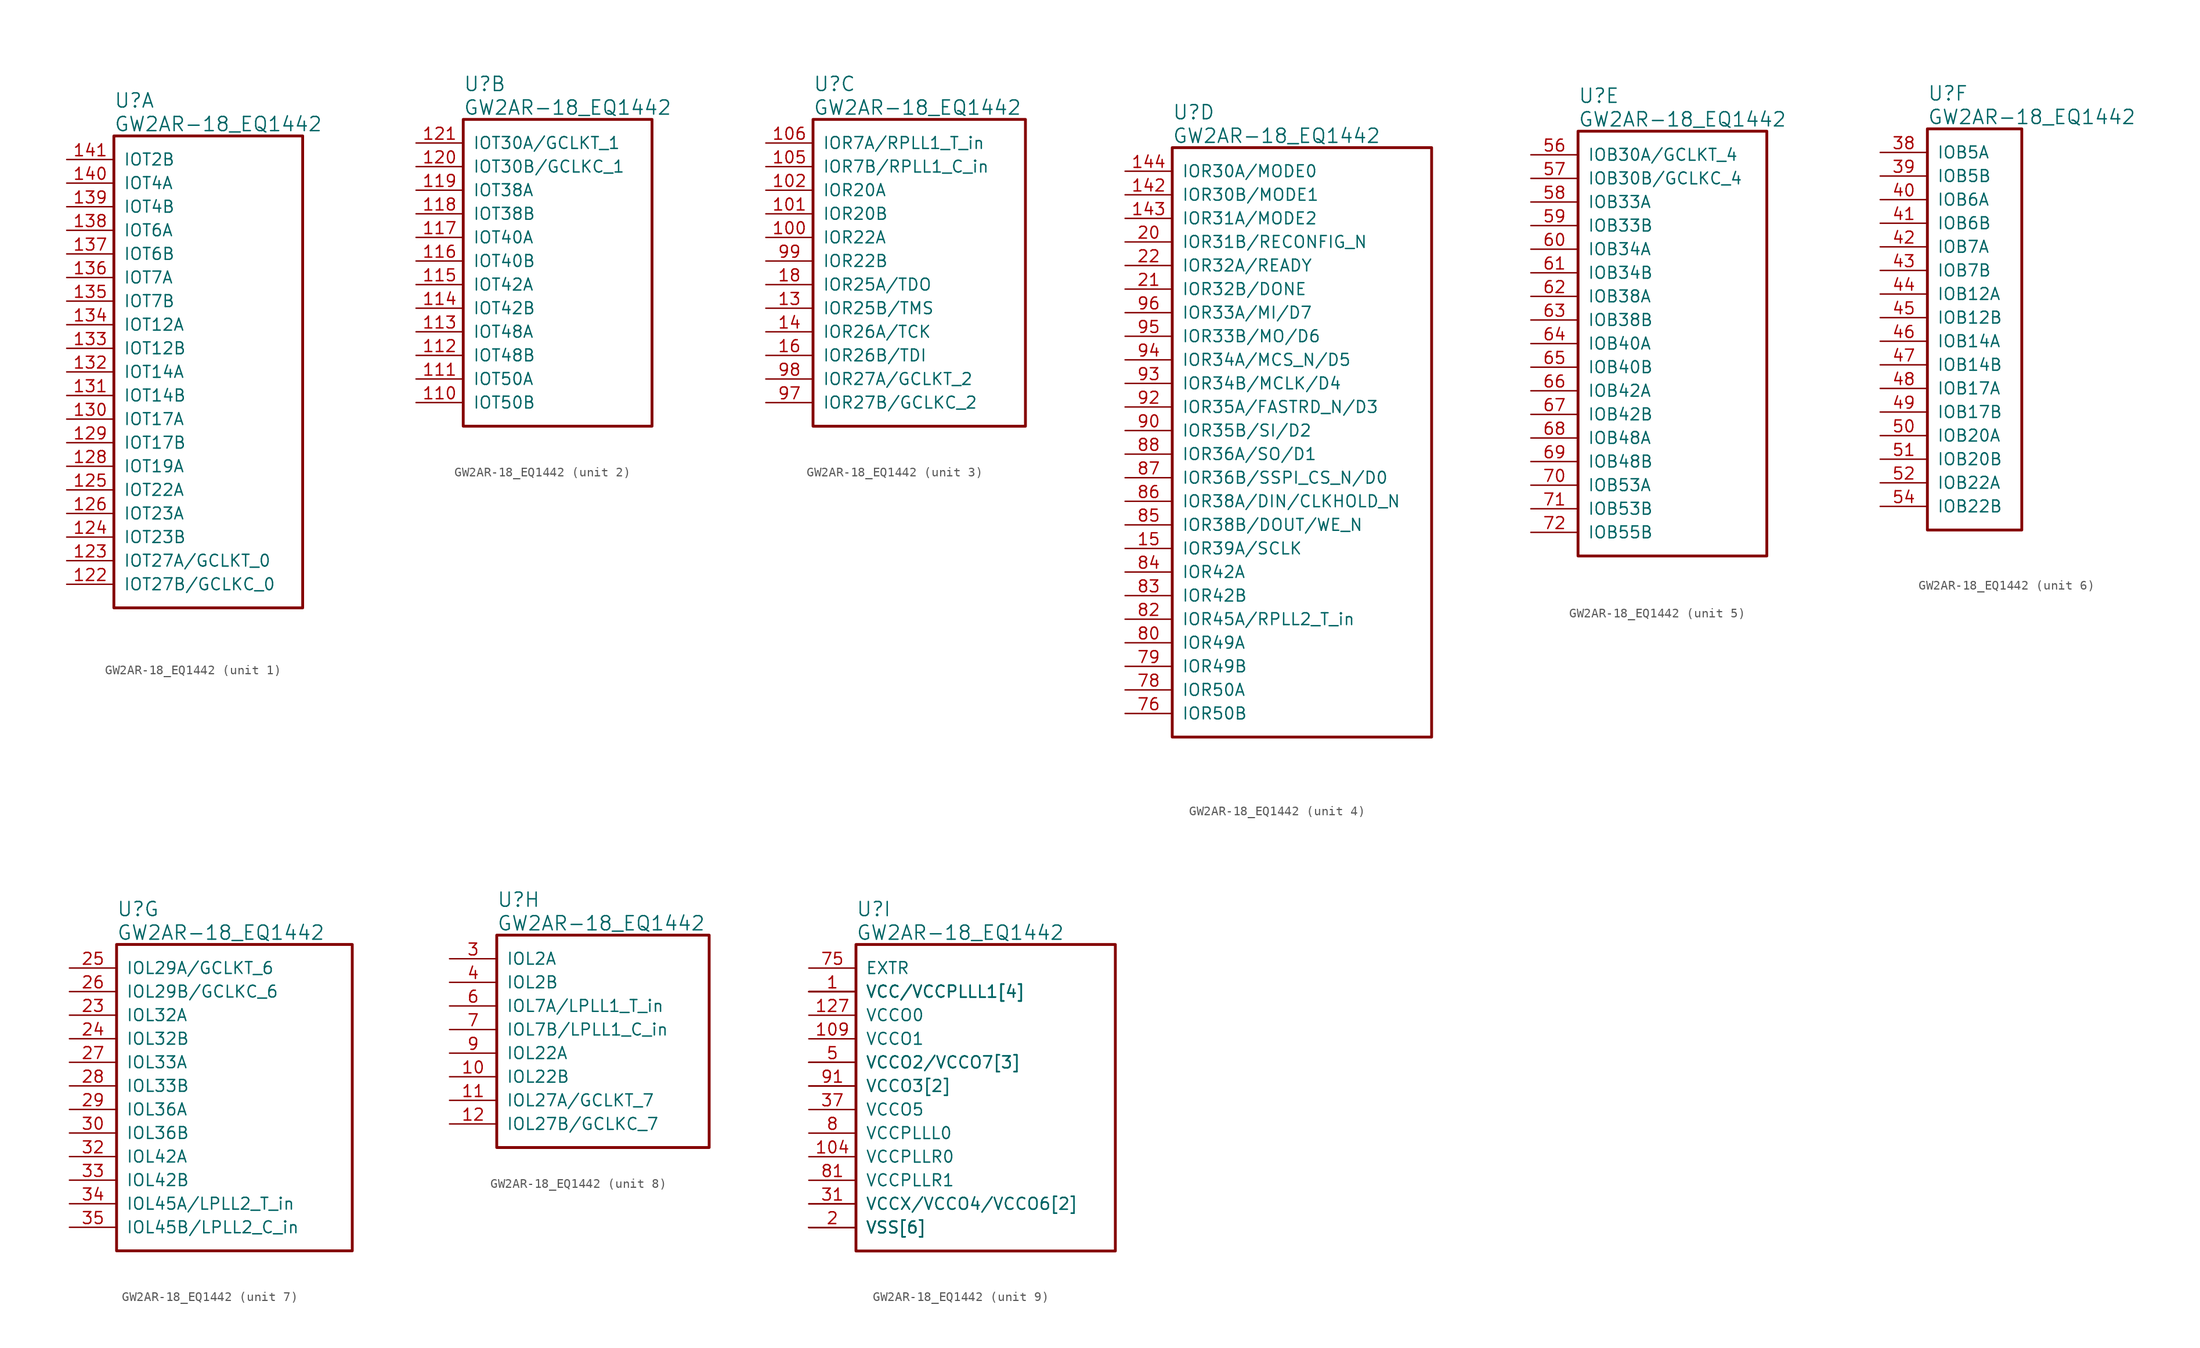
<source format=kicad_sym>
(kicad_symbol_lib
  (version 20211014)
  (generator kicad_symbol_editor)
  (symbol "GW2AR-18_EQ1442"
    (pin_names
      (offset 1.016))
    (property "Reference" "U"
      (at 5.08 6.35 0)
      (effects (font (size 1.524 1.524)) (justify left)))
    (property "Value" "GW2AR-18_EQ1442"
      (at 5.08 3.81 0)
      (effects (font (size 1.524 1.524)) (justify left)))
    (property "ki_locked" ""
      (at 0 0 0)
      (effects (font (size 1.27 1.27))))
    (symbol "GW2AR-18_EQ1442_1_1"
      (rectangle (start 5.08 2.54) (end 25.4 -48.26) (stroke (width 0.305) (type default) (color 0 0 0 0)) (fill (type none)))
      (pin bidirectional line (at 0 -45.72 0) (length 5.08) (name "IOT27B/GCLKC_0" (effects (font (size 1.27 1.27)))) (number "122" (effects (font (size 1.27 1.27)))))
      (pin bidirectional line (at 0 -43.18 0) (length 5.08) (name "IOT27A/GCLKT_0" (effects (font (size 1.27 1.27)))) (number "123" (effects (font (size 1.27 1.27)))))
      (pin bidirectional line (at 0 -40.64 0) (length 5.08) (name "IOT23B" (effects (font (size 1.27 1.27)))) (number "124" (effects (font (size 1.27 1.27)))))
      (pin bidirectional line (at 0 -35.56 0) (length 5.08) (name "IOT22A" (effects (font (size 1.27 1.27)))) (number "125" (effects (font (size 1.27 1.27)))))
      (pin bidirectional line (at 0 -38.1 0) (length 5.08) (name "IOT23A" (effects (font (size 1.27 1.27)))) (number "126" (effects (font (size 1.27 1.27)))))
      (pin bidirectional line (at 0 -33.02 0) (length 5.08) (name "IOT19A" (effects (font (size 1.27 1.27)))) (number "128" (effects (font (size 1.27 1.27)))))
      (pin bidirectional line (at 0 -30.48 0) (length 5.08) (name "IOT17B" (effects (font (size 1.27 1.27)))) (number "129" (effects (font (size 1.27 1.27)))))
      (pin bidirectional line (at 0 -27.94 0) (length 5.08) (name "IOT17A" (effects (font (size 1.27 1.27)))) (number "130" (effects (font (size 1.27 1.27)))))
      (pin bidirectional line (at 0 -25.4 0) (length 5.08) (name "IOT14B" (effects (font (size 1.27 1.27)))) (number "131" (effects (font (size 1.27 1.27)))))
      (pin bidirectional line (at 0 -22.86 0) (length 5.08) (name "IOT14A" (effects (font (size 1.27 1.27)))) (number "132" (effects (font (size 1.27 1.27)))))
      (pin bidirectional line (at 0 -20.32 0) (length 5.08) (name "IOT12B" (effects (font (size 1.27 1.27)))) (number "133" (effects (font (size 1.27 1.27)))))
      (pin bidirectional line (at 0 -17.78 0) (length 5.08) (name "IOT12A" (effects (font (size 1.27 1.27)))) (number "134" (effects (font (size 1.27 1.27)))))
      (pin bidirectional line (at 0 -15.24 0) (length 5.08) (name "IOT7B" (effects (font (size 1.27 1.27)))) (number "135" (effects (font (size 1.27 1.27)))))
      (pin bidirectional line (at 0 -12.7 0) (length 5.08) (name "IOT7A" (effects (font (size 1.27 1.27)))) (number "136" (effects (font (size 1.27 1.27)))))
      (pin bidirectional line (at 0 -10.16 0) (length 5.08) (name "IOT6B" (effects (font (size 1.27 1.27)))) (number "137" (effects (font (size 1.27 1.27)))))
      (pin bidirectional line (at 0 -7.62 0) (length 5.08) (name "IOT6A" (effects (font (size 1.27 1.27)))) (number "138" (effects (font (size 1.27 1.27)))))
      (pin bidirectional line (at 0 -5.08 0) (length 5.08) (name "IOT4B" (effects (font (size 1.27 1.27)))) (number "139" (effects (font (size 1.27 1.27)))))
      (pin bidirectional line (at 0 -2.54 0) (length 5.08) (name "IOT4A" (effects (font (size 1.27 1.27)))) (number "140" (effects (font (size 1.27 1.27)))))
      (pin bidirectional line (at 0 0 0) (length 5.08) (name "IOT2B" (effects (font (size 1.27 1.27)))) (number "141" (effects (font (size 1.27 1.27))))))
    (symbol "GW2AR-18_EQ1442_2_1"
      (rectangle (start 5.08 2.54) (end 25.4 -30.48) (stroke (width 0.305) (type default) (color 0 0 0 0)) (fill (type none)))
      (pin bidirectional line (at 0 -27.94 0) (length 5.08) (name "IOT50B" (effects (font (size 1.27 1.27)))) (number "110" (effects (font (size 1.27 1.27)))))
      (pin bidirectional line (at 0 -25.4 0) (length 5.08) (name "IOT50A" (effects (font (size 1.27 1.27)))) (number "111" (effects (font (size 1.27 1.27)))))
      (pin bidirectional line (at 0 -22.86 0) (length 5.08) (name "IOT48B" (effects (font (size 1.27 1.27)))) (number "112" (effects (font (size 1.27 1.27)))))
      (pin bidirectional line (at 0 -20.32 0) (length 5.08) (name "IOT48A" (effects (font (size 1.27 1.27)))) (number "113" (effects (font (size 1.27 1.27)))))
      (pin bidirectional line (at 0 -17.78 0) (length 5.08) (name "IOT42B" (effects (font (size 1.27 1.27)))) (number "114" (effects (font (size 1.27 1.27)))))
      (pin bidirectional line (at 0 -15.24 0) (length 5.08) (name "IOT42A" (effects (font (size 1.27 1.27)))) (number "115" (effects (font (size 1.27 1.27)))))
      (pin bidirectional line (at 0 -12.7 0) (length 5.08) (name "IOT40B" (effects (font (size 1.27 1.27)))) (number "116" (effects (font (size 1.27 1.27)))))
      (pin bidirectional line (at 0 -10.16 0) (length 5.08) (name "IOT40A" (effects (font (size 1.27 1.27)))) (number "117" (effects (font (size 1.27 1.27)))))
      (pin bidirectional line (at 0 -7.62 0) (length 5.08) (name "IOT38B" (effects (font (size 1.27 1.27)))) (number "118" (effects (font (size 1.27 1.27)))))
      (pin bidirectional line (at 0 -5.08 0) (length 5.08) (name "IOT38A" (effects (font (size 1.27 1.27)))) (number "119" (effects (font (size 1.27 1.27)))))
      (pin bidirectional line (at 0 -2.54 0) (length 5.08) (name "IOT30B/GCLKC_1" (effects (font (size 1.27 1.27)))) (number "120" (effects (font (size 1.27 1.27)))))
      (pin bidirectional line (at 0 0 0) (length 5.08) (name "IOT30A/GCLKT_1" (effects (font (size 1.27 1.27)))) (number "121" (effects (font (size 1.27 1.27))))))
    (symbol "GW2AR-18_EQ1442_3_1"
      (rectangle (start 5.08 2.54) (end 27.94 -30.48) (stroke (width 0.305) (type default) (color 0 0 0 0)) (fill (type none)))
      (pin bidirectional line (at 0 -10.16 0) (length 5.08) (name "IOR22A" (effects (font (size 1.27 1.27)))) (number "100" (effects (font (size 1.27 1.27)))))
      (pin bidirectional line (at 0 -7.62 0) (length 5.08) (name "IOR20B" (effects (font (size 1.27 1.27)))) (number "101" (effects (font (size 1.27 1.27)))))
      (pin bidirectional line (at 0 -5.08 0) (length 5.08) (name "IOR20A" (effects (font (size 1.27 1.27)))) (number "102" (effects (font (size 1.27 1.27)))))
      (pin bidirectional line (at 0 -2.54 0) (length 5.08) (name "IOR7B/RPLL1_C_in" (effects (font (size 1.27 1.27)))) (number "105" (effects (font (size 1.27 1.27)))))
      (pin bidirectional line (at 0 0 0) (length 5.08) (name "IOR7A/RPLL1_T_in" (effects (font (size 1.27 1.27)))) (number "106" (effects (font (size 1.27 1.27)))))
      (pin bidirectional line (at 0 -17.78 0) (length 5.08) (name "IOR25B/TMS" (effects (font (size 1.27 1.27)))) (number "13" (effects (font (size 1.27 1.27)))))
      (pin bidirectional line (at 0 -20.32 0) (length 5.08) (name "IOR26A/TCK" (effects (font (size 1.27 1.27)))) (number "14" (effects (font (size 1.27 1.27)))))
      (pin bidirectional line (at 0 -22.86 0) (length 5.08) (name "IOR26B/TDI" (effects (font (size 1.27 1.27)))) (number "16" (effects (font (size 1.27 1.27)))))
      (pin bidirectional line (at 0 -15.24 0) (length 5.08) (name "IOR25A/TDO" (effects (font (size 1.27 1.27)))) (number "18" (effects (font (size 1.27 1.27)))))
      (pin bidirectional line (at 0 -27.94 0) (length 5.08) (name "IOR27B/GCLKC_2" (effects (font (size 1.27 1.27)))) (number "97" (effects (font (size 1.27 1.27)))))
      (pin bidirectional line (at 0 -25.4 0) (length 5.08) (name "IOR27A/GCLKT_2" (effects (font (size 1.27 1.27)))) (number "98" (effects (font (size 1.27 1.27)))))
      (pin bidirectional line (at 0 -12.7 0) (length 5.08) (name "IOR22B" (effects (font (size 1.27 1.27)))) (number "99" (effects (font (size 1.27 1.27))))))
    (symbol "GW2AR-18_EQ1442_4_1"
      (rectangle (start 5.08 2.54) (end 33.02 -60.96) (stroke (width 0.305) (type default) (color 0 0 0 0)) (fill (type none)))
      (pin bidirectional line (at 0 -2.54 0) (length 5.08) (name "IOR30B/MODE1" (effects (font (size 1.27 1.27)))) (number "142" (effects (font (size 1.27 1.27)))))
      (pin bidirectional line (at 0 -5.08 0) (length 5.08) (name "IOR31A/MODE2" (effects (font (size 1.27 1.27)))) (number "143" (effects (font (size 1.27 1.27)))))
      (pin bidirectional line (at 0 0 0) (length 5.08) (name "IOR30A/MODE0" (effects (font (size 1.27 1.27)))) (number "144" (effects (font (size 1.27 1.27)))))
      (pin bidirectional line (at 0 -40.64 0) (length 5.08) (name "IOR39A/SCLK" (effects (font (size 1.27 1.27)))) (number "15" (effects (font (size 1.27 1.27)))))
      (pin bidirectional line (at 0 -7.62 0) (length 5.08) (name "IOR31B/RECONFIG_N" (effects (font (size 1.27 1.27)))) (number "20" (effects (font (size 1.27 1.27)))))
      (pin bidirectional line (at 0 -12.7 0) (length 5.08) (name "IOR32B/DONE" (effects (font (size 1.27 1.27)))) (number "21" (effects (font (size 1.27 1.27)))))
      (pin bidirectional line (at 0 -10.16 0) (length 5.08) (name "IOR32A/READY" (effects (font (size 1.27 1.27)))) (number "22" (effects (font (size 1.27 1.27)))))
      (pin bidirectional line (at 0 -58.42 0) (length 5.08) (name "IOR50B" (effects (font (size 1.27 1.27)))) (number "76" (effects (font (size 1.27 1.27)))))
      (pin bidirectional line (at 0 -55.88 0) (length 5.08) (name "IOR50A" (effects (font (size 1.27 1.27)))) (number "78" (effects (font (size 1.27 1.27)))))
      (pin bidirectional line (at 0 -53.34 0) (length 5.08) (name "IOR49B" (effects (font (size 1.27 1.27)))) (number "79" (effects (font (size 1.27 1.27)))))
      (pin bidirectional line (at 0 -50.8 0) (length 5.08) (name "IOR49A" (effects (font (size 1.27 1.27)))) (number "80" (effects (font (size 1.27 1.27)))))
      (pin bidirectional line (at 0 -48.26 0) (length 5.08) (name "IOR45A/RPLL2_T_in" (effects (font (size 1.27 1.27)))) (number "82" (effects (font (size 1.27 1.27)))))
      (pin bidirectional line (at 0 -45.72 0) (length 5.08) (name "IOR42B" (effects (font (size 1.27 1.27)))) (number "83" (effects (font (size 1.27 1.27)))))
      (pin bidirectional line (at 0 -43.18 0) (length 5.08) (name "IOR42A" (effects (font (size 1.27 1.27)))) (number "84" (effects (font (size 1.27 1.27)))))
      (pin bidirectional line (at 0 -38.1 0) (length 5.08) (name "IOR38B/DOUT/WE_N" (effects (font (size 1.27 1.27)))) (number "85" (effects (font (size 1.27 1.27)))))
      (pin bidirectional line (at 0 -35.56 0) (length 5.08) (name "IOR38A/DIN/CLKHOLD_N" (effects (font (size 1.27 1.27)))) (number "86" (effects (font (size 1.27 1.27)))))
      (pin bidirectional line (at 0 -33.02 0) (length 5.08) (name "IOR36B/SSPI_CS_N/D0" (effects (font (size 1.27 1.27)))) (number "87" (effects (font (size 1.27 1.27)))))
      (pin bidirectional line (at 0 -30.48 0) (length 5.08) (name "IOR36A/SO/D1" (effects (font (size 1.27 1.27)))) (number "88" (effects (font (size 1.27 1.27)))))
      (pin bidirectional line (at 0 -27.94 0) (length 5.08) (name "IOR35B/SI/D2" (effects (font (size 1.27 1.27)))) (number "90" (effects (font (size 1.27 1.27)))))
      (pin bidirectional line (at 0 -25.4 0) (length 5.08) (name "IOR35A/FASTRD_N/D3" (effects (font (size 1.27 1.27)))) (number "92" (effects (font (size 1.27 1.27)))))
      (pin bidirectional line (at 0 -22.86 0) (length 5.08) (name "IOR34B/MCLK/D4" (effects (font (size 1.27 1.27)))) (number "93" (effects (font (size 1.27 1.27)))))
      (pin bidirectional line (at 0 -20.32 0) (length 5.08) (name "IOR34A/MCS_N/D5" (effects (font (size 1.27 1.27)))) (number "94" (effects (font (size 1.27 1.27)))))
      (pin bidirectional line (at 0 -17.78 0) (length 5.08) (name "IOR33B/MO/D6" (effects (font (size 1.27 1.27)))) (number "95" (effects (font (size 1.27 1.27)))))
      (pin bidirectional line (at 0 -15.24 0) (length 5.08) (name "IOR33A/MI/D7" (effects (font (size 1.27 1.27)))) (number "96" (effects (font (size 1.27 1.27))))))
    (symbol "GW2AR-18_EQ1442_5_1"
      (rectangle (start 5.08 2.54) (end 25.4 -43.18) (stroke (width 0.305) (type default) (color 0 0 0 0)) (fill (type none)))
      (pin bidirectional line (at 0 0 0) (length 5.08) (name "IOB30A/GCLKT_4" (effects (font (size 1.27 1.27)))) (number "56" (effects (font (size 1.27 1.27)))))
      (pin bidirectional line (at 0 -2.54 0) (length 5.08) (name "IOB30B/GCLKC_4" (effects (font (size 1.27 1.27)))) (number "57" (effects (font (size 1.27 1.27)))))
      (pin bidirectional line (at 0 -5.08 0) (length 5.08) (name "IOB33A" (effects (font (size 1.27 1.27)))) (number "58" (effects (font (size 1.27 1.27)))))
      (pin bidirectional line (at 0 -7.62 0) (length 5.08) (name "IOB33B" (effects (font (size 1.27 1.27)))) (number "59" (effects (font (size 1.27 1.27)))))
      (pin bidirectional line (at 0 -10.16 0) (length 5.08) (name "IOB34A" (effects (font (size 1.27 1.27)))) (number "60" (effects (font (size 1.27 1.27)))))
      (pin bidirectional line (at 0 -12.7 0) (length 5.08) (name "IOB34B" (effects (font (size 1.27 1.27)))) (number "61" (effects (font (size 1.27 1.27)))))
      (pin bidirectional line (at 0 -15.24 0) (length 5.08) (name "IOB38A" (effects (font (size 1.27 1.27)))) (number "62" (effects (font (size 1.27 1.27)))))
      (pin bidirectional line (at 0 -17.78 0) (length 5.08) (name "IOB38B" (effects (font (size 1.27 1.27)))) (number "63" (effects (font (size 1.27 1.27)))))
      (pin bidirectional line (at 0 -20.32 0) (length 5.08) (name "IOB40A" (effects (font (size 1.27 1.27)))) (number "64" (effects (font (size 1.27 1.27)))))
      (pin bidirectional line (at 0 -22.86 0) (length 5.08) (name "IOB40B" (effects (font (size 1.27 1.27)))) (number "65" (effects (font (size 1.27 1.27)))))
      (pin bidirectional line (at 0 -25.4 0) (length 5.08) (name "IOB42A" (effects (font (size 1.27 1.27)))) (number "66" (effects (font (size 1.27 1.27)))))
      (pin bidirectional line (at 0 -27.94 0) (length 5.08) (name "IOB42B" (effects (font (size 1.27 1.27)))) (number "67" (effects (font (size 1.27 1.27)))))
      (pin bidirectional line (at 0 -30.48 0) (length 5.08) (name "IOB48A" (effects (font (size 1.27 1.27)))) (number "68" (effects (font (size 1.27 1.27)))))
      (pin bidirectional line (at 0 -33.02 0) (length 5.08) (name "IOB48B" (effects (font (size 1.27 1.27)))) (number "69" (effects (font (size 1.27 1.27)))))
      (pin bidirectional line (at 0 -35.56 0) (length 5.08) (name "IOB53A" (effects (font (size 1.27 1.27)))) (number "70" (effects (font (size 1.27 1.27)))))
      (pin bidirectional line (at 0 -38.1 0) (length 5.08) (name "IOB53B" (effects (font (size 1.27 1.27)))) (number "71" (effects (font (size 1.27 1.27)))))
      (pin bidirectional line (at 0 -40.64 0) (length 5.08) (name "IOB55B" (effects (font (size 1.27 1.27)))) (number "72" (effects (font (size 1.27 1.27))))))
    (symbol "GW2AR-18_EQ1442_6_1"
      (rectangle (start 5.08 2.54) (end 15.24 -40.64) (stroke (width 0.305) (type default) (color 0 0 0 0)) (fill (type none)))
      (pin bidirectional line (at 0 0 0) (length 5.08) (name "IOB5A" (effects (font (size 1.27 1.27)))) (number "38" (effects (font (size 1.27 1.27)))))
      (pin bidirectional line (at 0 -2.54 0) (length 5.08) (name "IOB5B" (effects (font (size 1.27 1.27)))) (number "39" (effects (font (size 1.27 1.27)))))
      (pin bidirectional line (at 0 -5.08 0) (length 5.08) (name "IOB6A" (effects (font (size 1.27 1.27)))) (number "40" (effects (font (size 1.27 1.27)))))
      (pin bidirectional line (at 0 -7.62 0) (length 5.08) (name "IOB6B" (effects (font (size 1.27 1.27)))) (number "41" (effects (font (size 1.27 1.27)))))
      (pin bidirectional line (at 0 -10.16 0) (length 5.08) (name "IOB7A" (effects (font (size 1.27 1.27)))) (number "42" (effects (font (size 1.27 1.27)))))
      (pin bidirectional line (at 0 -12.7 0) (length 5.08) (name "IOB7B" (effects (font (size 1.27 1.27)))) (number "43" (effects (font (size 1.27 1.27)))))
      (pin bidirectional line (at 0 -15.24 0) (length 5.08) (name "IOB12A" (effects (font (size 1.27 1.27)))) (number "44" (effects (font (size 1.27 1.27)))))
      (pin bidirectional line (at 0 -17.78 0) (length 5.08) (name "IOB12B" (effects (font (size 1.27 1.27)))) (number "45" (effects (font (size 1.27 1.27)))))
      (pin bidirectional line (at 0 -20.32 0) (length 5.08) (name "IOB14A" (effects (font (size 1.27 1.27)))) (number "46" (effects (font (size 1.27 1.27)))))
      (pin bidirectional line (at 0 -22.86 0) (length 5.08) (name "IOB14B" (effects (font (size 1.27 1.27)))) (number "47" (effects (font (size 1.27 1.27)))))
      (pin bidirectional line (at 0 -25.4 0) (length 5.08) (name "IOB17A" (effects (font (size 1.27 1.27)))) (number "48" (effects (font (size 1.27 1.27)))))
      (pin bidirectional line (at 0 -27.94 0) (length 5.08) (name "IOB17B" (effects (font (size 1.27 1.27)))) (number "49" (effects (font (size 1.27 1.27)))))
      (pin bidirectional line (at 0 -30.48 0) (length 5.08) (name "IOB20A" (effects (font (size 1.27 1.27)))) (number "50" (effects (font (size 1.27 1.27)))))
      (pin bidirectional line (at 0 -33.02 0) (length 5.08) (name "IOB20B" (effects (font (size 1.27 1.27)))) (number "51" (effects (font (size 1.27 1.27)))))
      (pin bidirectional line (at 0 -35.56 0) (length 5.08) (name "IOB22A" (effects (font (size 1.27 1.27)))) (number "52" (effects (font (size 1.27 1.27)))))
      (pin bidirectional line (at 0 -38.1 0) (length 5.08) (name "IOB22B" (effects (font (size 1.27 1.27)))) (number "54" (effects (font (size 1.27 1.27))))))
    (symbol "GW2AR-18_EQ1442_7_1"
      (rectangle (start 5.08 2.54) (end 30.48 -30.48) (stroke (width 0.305) (type default) (color 0 0 0 0)) (fill (type none)))
      (pin bidirectional line (at 0 -5.08 0) (length 5.08) (name "IOL32A" (effects (font (size 1.27 1.27)))) (number "23" (effects (font (size 1.27 1.27)))))
      (pin bidirectional line (at 0 -7.62 0) (length 5.08) (name "IOL32B" (effects (font (size 1.27 1.27)))) (number "24" (effects (font (size 1.27 1.27)))))
      (pin bidirectional line (at 0 0 0) (length 5.08) (name "IOL29A/GCLKT_6" (effects (font (size 1.27 1.27)))) (number "25" (effects (font (size 1.27 1.27)))))
      (pin bidirectional line (at 0 -2.54 0) (length 5.08) (name "IOL29B/GCLKC_6" (effects (font (size 1.27 1.27)))) (number "26" (effects (font (size 1.27 1.27)))))
      (pin bidirectional line (at 0 -10.16 0) (length 5.08) (name "IOL33A" (effects (font (size 1.27 1.27)))) (number "27" (effects (font (size 1.27 1.27)))))
      (pin bidirectional line (at 0 -12.7 0) (length 5.08) (name "IOL33B" (effects (font (size 1.27 1.27)))) (number "28" (effects (font (size 1.27 1.27)))))
      (pin bidirectional line (at 0 -15.24 0) (length 5.08) (name "IOL36A" (effects (font (size 1.27 1.27)))) (number "29" (effects (font (size 1.27 1.27)))))
      (pin bidirectional line (at 0 -17.78 0) (length 5.08) (name "IOL36B" (effects (font (size 1.27 1.27)))) (number "30" (effects (font (size 1.27 1.27)))))
      (pin bidirectional line (at 0 -20.32 0) (length 5.08) (name "IOL42A" (effects (font (size 1.27 1.27)))) (number "32" (effects (font (size 1.27 1.27)))))
      (pin bidirectional line (at 0 -22.86 0) (length 5.08) (name "IOL42B" (effects (font (size 1.27 1.27)))) (number "33" (effects (font (size 1.27 1.27)))))
      (pin bidirectional line (at 0 -25.4 0) (length 5.08) (name "IOL45A/LPLL2_T_in" (effects (font (size 1.27 1.27)))) (number "34" (effects (font (size 1.27 1.27)))))
      (pin bidirectional line (at 0 -27.94 0) (length 5.08) (name "IOL45B/LPLL2_C_in" (effects (font (size 1.27 1.27)))) (number "35" (effects (font (size 1.27 1.27))))))
    (symbol "GW2AR-18_EQ1442_8_1"
      (rectangle (start 5.08 2.54) (end 27.94 -20.32) (stroke (width 0.305) (type default) (color 0 0 0 0)) (fill (type none)))
      (pin bidirectional line (at 0 -12.7 0) (length 5.08) (name "IOL22B" (effects (font (size 1.27 1.27)))) (number "10" (effects (font (size 1.27 1.27)))))
      (pin bidirectional line (at 0 -15.24 0) (length 5.08) (name "IOL27A/GCLKT_7" (effects (font (size 1.27 1.27)))) (number "11" (effects (font (size 1.27 1.27)))))
      (pin bidirectional line (at 0 -17.78 0) (length 5.08) (name "IOL27B/GCLKC_7" (effects (font (size 1.27 1.27)))) (number "12" (effects (font (size 1.27 1.27)))))
      (pin bidirectional line (at 0 0 0) (length 5.08) (name "IOL2A" (effects (font (size 1.27 1.27)))) (number "3" (effects (font (size 1.27 1.27)))))
      (pin bidirectional line (at 0 -2.54 0) (length 5.08) (name "IOL2B" (effects (font (size 1.27 1.27)))) (number "4" (effects (font (size 1.27 1.27)))))
      (pin bidirectional line (at 0 -5.08 0) (length 5.08) (name "IOL7A/LPLL1_T_in" (effects (font (size 1.27 1.27)))) (number "6" (effects (font (size 1.27 1.27)))))
      (pin bidirectional line (at 0 -7.62 0) (length 5.08) (name "IOL7B/LPLL1_C_in" (effects (font (size 1.27 1.27)))) (number "7" (effects (font (size 1.27 1.27)))))
      (pin bidirectional line (at 0 -10.16 0) (length 5.08) (name "IOL22A" (effects (font (size 1.27 1.27)))) (number "9" (effects (font (size 1.27 1.27))))))
    (symbol "GW2AR-18_EQ1442_9_1"
      (rectangle (start 5.08 2.54) (end 33.02 -30.48) (stroke (width 0.305) (type default) (color 0 0 0 0)) (fill (type none)))
      (pin power_in line (at 0 -2.54 0) (length 5.08) (name "VCC/VCCPLLL1[4]" (effects (font (size 1.27 1.27)))) (number "1" (effects (font (size 1.27 1.27)))))
      (pin power_in line (at 0 -10.16 0) (length 5.08) (name "VCCO2/VCCO7[3]" (effects (font (size 1.27 1.27)))) (number "103" (effects (font (size 0 0)))))
      (pin power_in line (at 0 -20.32 0) (length 5.08) (name "VCCPLLR0" (effects (font (size 1.27 1.27)))) (number "104" (effects (font (size 1.27 1.27)))))
      (pin power_in line (at 0 -27.94 0) (length 5.08) (name "VSS[6]" (effects (font (size 1.27 1.27)))) (number "107" (effects (font (size 0 0)))))
      (pin power_in line (at 0 -2.54 0) (length 5.08) (name "VCC/VCCPLLL1[4]" (effects (font (size 1.27 1.27)))) (number "108" (effects (font (size 0 0)))))
      (pin power_in line (at 0 -7.62 0) (length 5.08) (name "VCCO1" (effects (font (size 1.27 1.27)))) (number "109" (effects (font (size 1.27 1.27)))))
      (pin power_in line (at 0 -5.08 0) (length 5.08) (name "VCCO0" (effects (font (size 1.27 1.27)))) (number "127" (effects (font (size 1.27 1.27)))))
      (pin power_in line (at 0 -27.94 0) (length 5.08) (name "VSS[6]" (effects (font (size 1.27 1.27)))) (number "17" (effects (font (size 0 0)))))
      (pin power_in line (at 0 -10.16 0) (length 5.08) (name "VCCO2/VCCO7[3]" (effects (font (size 1.27 1.27)))) (number "19" (effects (font (size 0 0)))))
      (pin power_in line (at 0 -27.94 0) (length 5.08) (name "VSS[6]" (effects (font (size 1.27 1.27)))) (number "2" (effects (font (size 1.27 1.27)))))
      (pin power_in line (at 0 -25.4 0) (length 5.08) (name "VCCX/VCCO4/VCCO6[2]" (effects (font (size 1.27 1.27)))) (number "31" (effects (font (size 1.27 1.27)))))
      (pin power_in line (at 0 -2.54 0) (length 5.08) (name "VCC/VCCPLLL1[4]" (effects (font (size 1.27 1.27)))) (number "36" (effects (font (size 0 0)))))
      (pin power_in line (at 0 -15.24 0) (length 5.08) (name "VCCO5" (effects (font (size 1.27 1.27)))) (number "37" (effects (font (size 1.27 1.27)))))
      (pin power_in line (at 0 -10.16 0) (length 5.08) (name "VCCO2/VCCO7[3]" (effects (font (size 1.27 1.27)))) (number "5" (effects (font (size 1.27 1.27)))))
      (pin power_in line (at 0 -27.94 0) (length 5.08) (name "VSS[6]" (effects (font (size 1.27 1.27)))) (number "53" (effects (font (size 0 0)))))
      (pin power_in line (at 0 -25.4 0) (length 5.08) (name "VCCX/VCCO4/VCCO6[2]" (effects (font (size 1.27 1.27)))) (number "55" (effects (font (size 0 0)))))
      (pin power_in line (at 0 -2.54 0) (length 5.08) (name "VCC/VCCPLLL1[4]" (effects (font (size 1.27 1.27)))) (number "73" (effects (font (size 0 0)))))
      (pin power_in line (at 0 -27.94 0) (length 5.08) (name "VSS[6]" (effects (font (size 1.27 1.27)))) (number "74" (effects (font (size 0 0)))))
      (pin power_in line (at 0 0 0) (length 5.08) (name "EXTR" (effects (font (size 1.27 1.27)))) (number "75" (effects (font (size 1.27 1.27)))))
      (pin power_in line (at 0 -12.7 0) (length 5.08) (name "VCCO3[2]" (effects (font (size 1.27 1.27)))) (number "77" (effects (font (size 0 0)))))
      (pin power_in line (at 0 -17.78 0) (length 5.08) (name "VCCPLLL0" (effects (font (size 1.27 1.27)))) (number "8" (effects (font (size 1.27 1.27)))))
      (pin power_in line (at 0 -22.86 0) (length 5.08) (name "VCCPLLR1" (effects (font (size 1.27 1.27)))) (number "81" (effects (font (size 1.27 1.27)))))
      (pin power_in line (at 0 -27.94 0) (length 5.08) (name "VSS[6]" (effects (font (size 1.27 1.27)))) (number "89" (effects (font (size 0 0)))))
      (pin power_in line (at 0 -12.7 0) (length 5.08) (name "VCCO3[2]" (effects (font (size 1.27 1.27)))) (number "91" (effects (font (size 1.27 1.27))))))))
</source>
